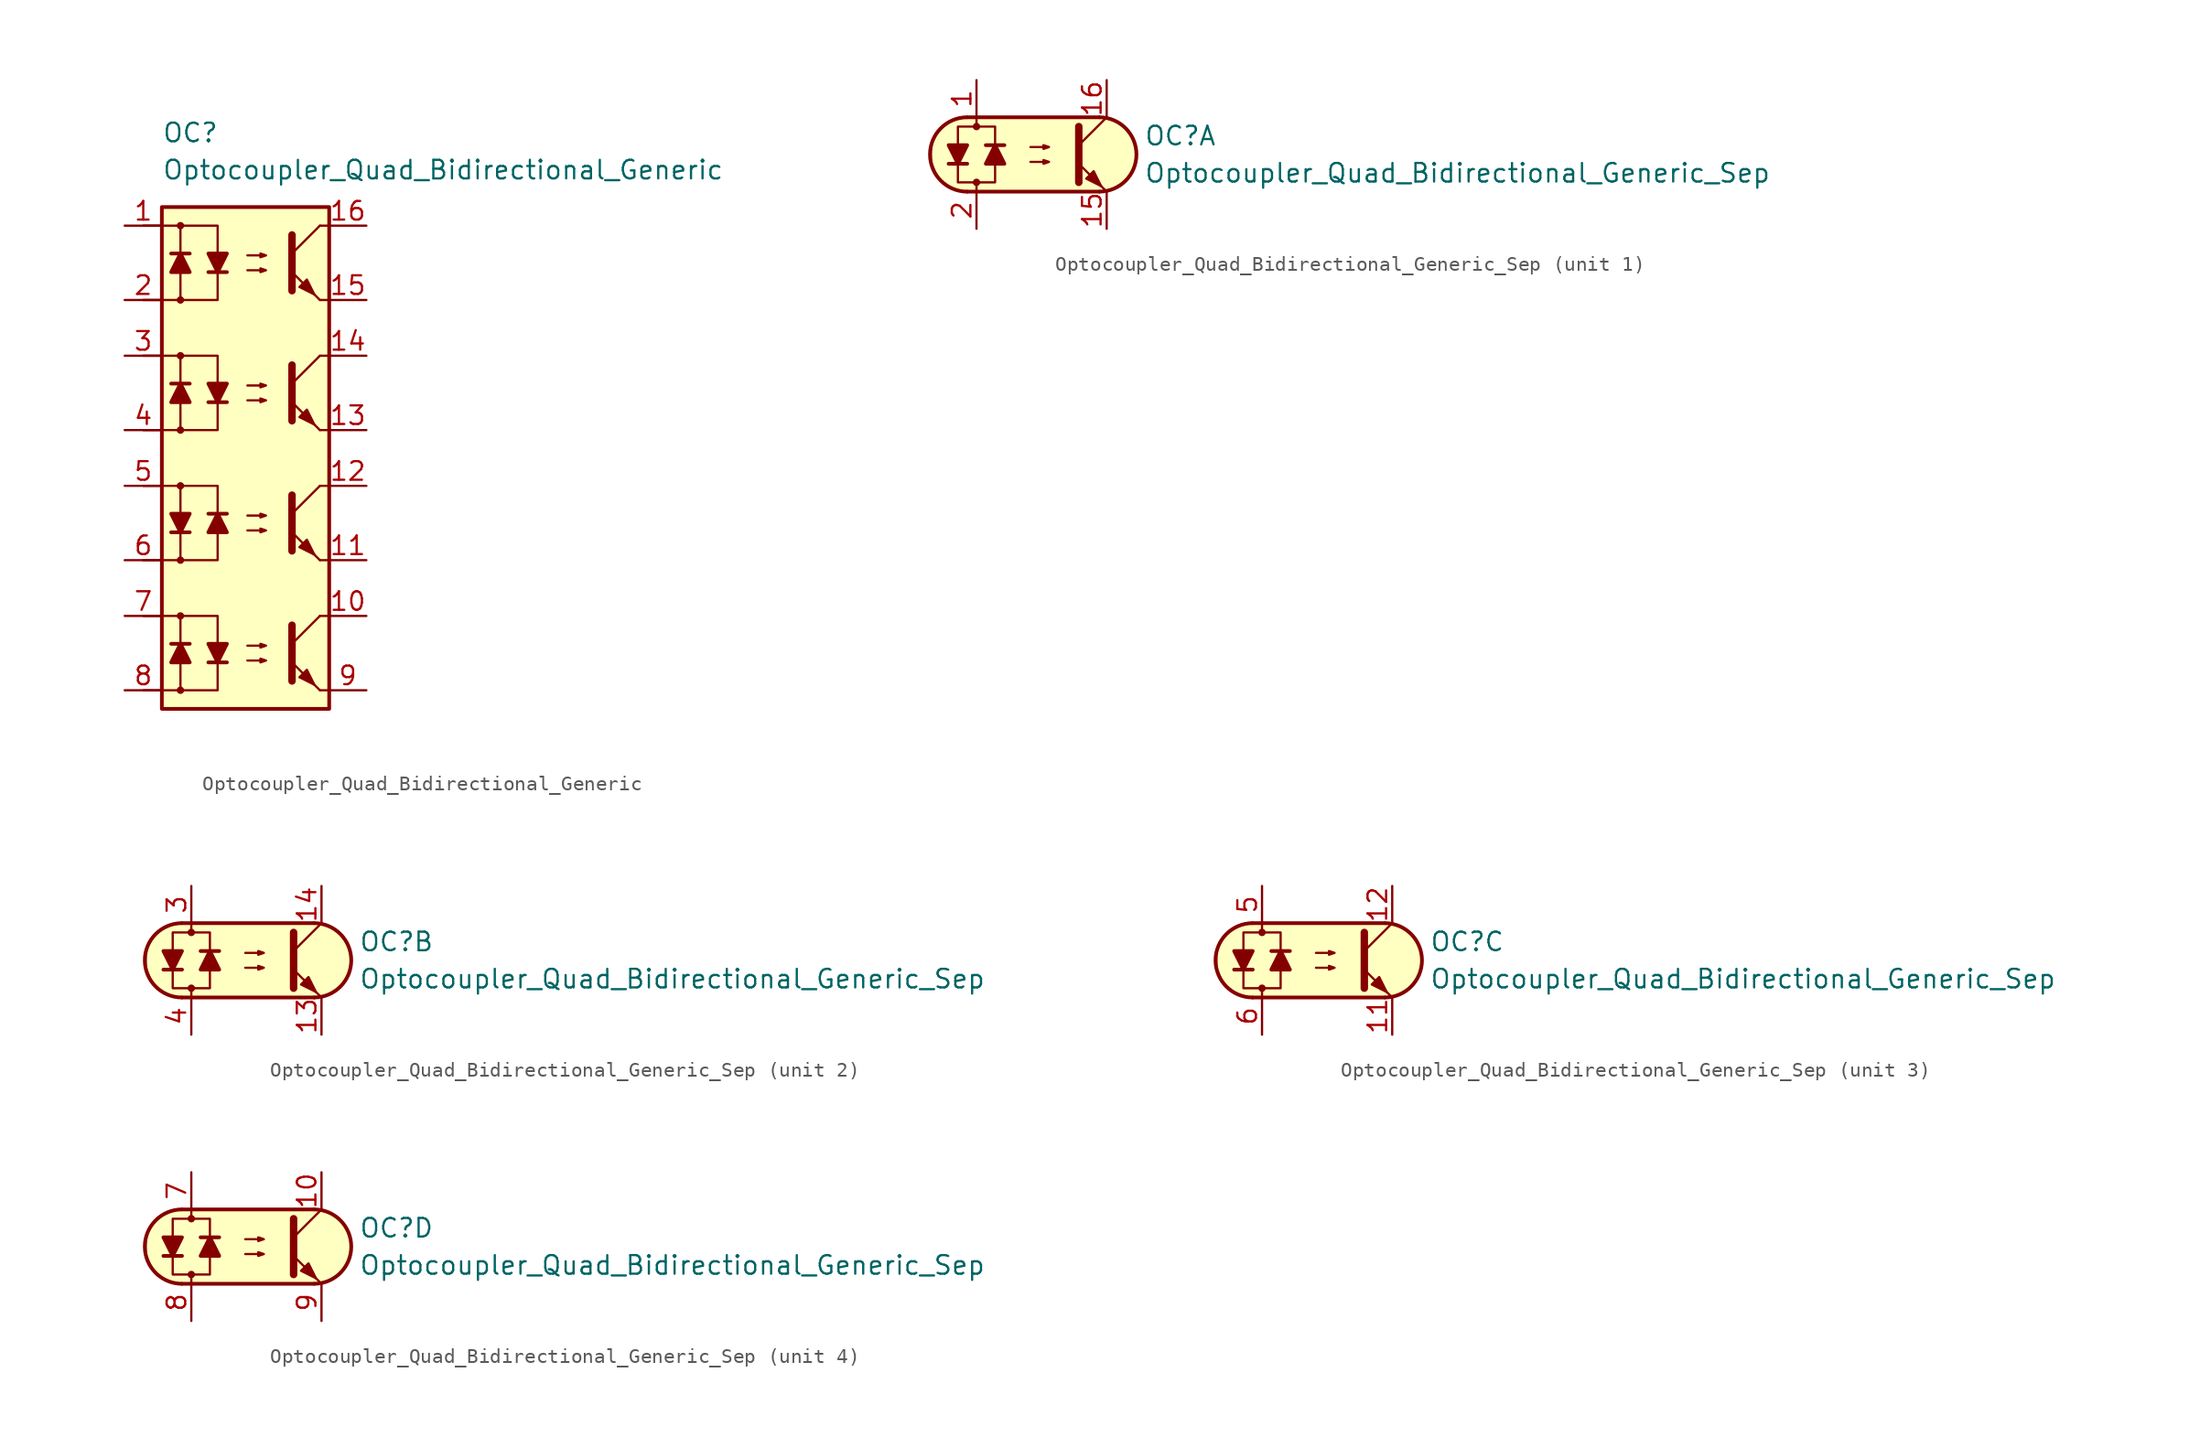
<source format=kicad_sym>
(kicad_symbol_lib
  (version 20211014)
  (generator kicad_symbol_editor)
  (symbol "Optocoupler_AKL:Optocoupler_Quad_Bidirectional_Generic"
    (pin_names
      (offset 1.016))
    (property "Reference" "OC"
      (at -6.35 17.78 0)
      (effects (font (size 1.27 1.27)) (justify left)))
    (property "Value" "Optocoupler_Quad_Bidirectional_Generic"
      (at -6.35 15.24 0)
      (effects (font (size 1.27 1.27)) (justify left)))
    (symbol "Optocoupler_Quad_Bidirectional_Generic_0_1"
      (rectangle (start -6.35 12.7) (end 5.08 -21.59) (stroke (width 0.254) (type default) (color 0 0 0 0)) (fill (type background)))
      (polyline (pts (xy -3.175 8.255) (xy -1.905 8.255)) (stroke (width 0.254) (type default) (color 0 0 0 0)) (fill (type none)))
      (polyline (pts (xy 2.54 9.525) (xy 4.445 11.43)) (stroke (width 0) (type default) (color 0 0 0 0)) (fill (type none)))
      (polyline (pts (xy 4.445 6.35) (xy 2.54 8.255)) (stroke (width 0) (type default) (color 0 0 0 0)) (fill (type outline)))
      (polyline (pts (xy 4.445 6.35) (xy 5.08 6.35)) (stroke (width 0) (type default) (color 0 0 0 0)) (fill (type none)))
      (polyline (pts (xy 4.445 11.43) (xy 5.08 11.43)) (stroke (width 0) (type default) (color 0 0 0 0)) (fill (type none)))
      (polyline (pts (xy -5.08 11.43) (xy -2.54 11.43) (xy -2.54 8.255)) (stroke (width 0) (type default) (color 0 0 0 0)) (fill (type none)))
      (polyline (pts (xy -2.54 8.255) (xy -2.54 6.35) (xy -5.08 6.35)) (stroke (width 0) (type default) (color 0 0 0 0)) (fill (type none)))
      (polyline (pts (xy 2.54 10.795) (xy 2.54 6.985) (xy 2.54 6.985)) (stroke (width 0.508) (type default) (color 0 0 0 0)) (fill (type none)))
      (polyline (pts (xy -2.54 8.255) (xy -3.175 9.525) (xy -1.905 9.525) (xy -2.54 8.255)) (stroke (width 0.254) (type default) (color 0 0 0 0)) (fill (type outline)))
      (polyline (pts (xy -0.508 8.382) (xy 0.762 8.382) (xy 0.381 8.255) (xy 0.381 8.509) (xy 0.762 8.382)) (stroke (width 0) (type default) (color 0 0 0 0)) (fill (type none)))
      (polyline (pts (xy -0.508 9.398) (xy 0.762 9.398) (xy 0.381 9.271) (xy 0.381 9.525) (xy 0.762 9.398)) (stroke (width 0) (type default) (color 0 0 0 0)) (fill (type none)))
      (polyline (pts (xy 3.048 7.239) (xy 3.556 7.747) (xy 4.064 6.731) (xy 3.048 7.239) (xy 3.048 7.239)) (stroke (width 0) (type default) (color 0 0 0 0)) (fill (type outline))))
    (symbol "Optocoupler_Quad_Bidirectional_Generic_1_1"
      (circle (center -5.08 -20.32) (radius 0.178) (stroke (width 0)) (stroke (width 0) (type default) (color 0 0 0 0)) (fill (type outline)))
      (circle (center -5.08 -15.24) (radius 0.178) (stroke (width 0)) (stroke (width 0) (type default) (color 0 0 0 0)) (fill (type outline)))
      (circle (center -5.08 -11.43) (radius 0.178) (stroke (width 0)) (stroke (width 0) (type default) (color 0 0 0 0)) (fill (type outline)))
      (circle (center -5.08 -6.35) (radius 0.178) (stroke (width 0)) (stroke (width 0) (type default) (color 0 0 0 0)) (fill (type outline)))
      (circle (center -5.08 -2.54) (radius 0.178) (stroke (width 0)) (stroke (width 0) (type default) (color 0 0 0 0)) (fill (type outline)))
      (circle (center -5.08 2.54) (radius 0.178) (stroke (width 0)) (stroke (width 0) (type default) (color 0 0 0 0)) (fill (type outline)))
      (circle (center -5.08 6.35) (radius 0.178) (stroke (width 0)) (stroke (width 0) (type default) (color 0 0 0 0)) (fill (type outline)))
      (circle (center -5.08 11.43) (radius 0.178) (stroke (width 0)) (stroke (width 0) (type default) (color 0 0 0 0)) (fill (type outline)))
      (polyline (pts (xy -5.715 -9.525) (xy -4.445 -9.525)) (stroke (width 0.254) (type default) (color 0 0 0 0)) (fill (type none)))
      (polyline (pts (xy -4.445 -17.145) (xy -5.715 -17.145)) (stroke (width 0.254) (type default) (color 0 0 0 0)) (fill (type none)))
      (polyline (pts (xy -4.445 0.635) (xy -5.715 0.635)) (stroke (width 0.254) (type default) (color 0 0 0 0)) (fill (type none)))
      (polyline (pts (xy -4.445 9.525) (xy -5.715 9.525)) (stroke (width 0.254) (type default) (color 0 0 0 0)) (fill (type none)))
      (polyline (pts (xy -3.175 -18.415) (xy -1.905 -18.415)) (stroke (width 0.254) (type default) (color 0 0 0 0)) (fill (type none)))
      (polyline (pts (xy -3.175 -0.635) (xy -1.905 -0.635)) (stroke (width 0.254) (type default) (color 0 0 0 0)) (fill (type none)))
      (polyline (pts (xy -1.905 -8.255) (xy -3.175 -8.255)) (stroke (width 0.254) (type default) (color 0 0 0 0)) (fill (type none)))
      (polyline (pts (xy 2.54 -17.145) (xy 4.445 -15.24)) (stroke (width 0) (type default) (color 0 0 0 0)) (fill (type none)))
      (polyline (pts (xy 2.54 -8.255) (xy 4.445 -6.35)) (stroke (width 0) (type default) (color 0 0 0 0)) (fill (type none)))
      (polyline (pts (xy 2.54 0.635) (xy 4.445 2.54)) (stroke (width 0) (type default) (color 0 0 0 0)) (fill (type none)))
      (polyline (pts (xy 4.445 -20.32) (xy 2.54 -18.415)) (stroke (width 0) (type default) (color 0 0 0 0)) (fill (type outline)))
      (polyline (pts (xy 4.445 -20.32) (xy 5.08 -20.32)) (stroke (width 0) (type default) (color 0 0 0 0)) (fill (type none)))
      (polyline (pts (xy 4.445 -15.24) (xy 5.08 -15.24)) (stroke (width 0) (type default) (color 0 0 0 0)) (fill (type none)))
      (polyline (pts (xy 4.445 -11.43) (xy 2.54 -9.525)) (stroke (width 0) (type default) (color 0 0 0 0)) (fill (type outline)))
      (polyline (pts (xy 4.445 -11.43) (xy 5.08 -11.43)) (stroke (width 0) (type default) (color 0 0 0 0)) (fill (type none)))
      (polyline (pts (xy 4.445 -6.35) (xy 5.08 -6.35)) (stroke (width 0) (type default) (color 0 0 0 0)) (fill (type none)))
      (polyline (pts (xy 4.445 -2.54) (xy 2.54 -0.635)) (stroke (width 0) (type default) (color 0 0 0 0)) (fill (type outline)))
      (polyline (pts (xy 4.445 -2.54) (xy 5.08 -2.54)) (stroke (width 0) (type default) (color 0 0 0 0)) (fill (type none)))
      (polyline (pts (xy 4.445 2.54) (xy 5.08 2.54)) (stroke (width 0) (type default) (color 0 0 0 0)) (fill (type none)))
      (polyline (pts (xy -7.62 -20.32) (xy -5.08 -20.32) (xy -5.08 -17.145)) (stroke (width 0) (type default) (color 0 0 0 0)) (fill (type none)))
      (polyline (pts (xy -7.62 -6.35) (xy -5.08 -6.35) (xy -5.08 -9.525)) (stroke (width 0) (type default) (color 0 0 0 0)) (fill (type none)))
      (polyline (pts (xy -7.62 -2.54) (xy -5.08 -2.54) (xy -5.08 0.635)) (stroke (width 0) (type default) (color 0 0 0 0)) (fill (type none)))
      (polyline (pts (xy -7.62 6.35) (xy -5.08 6.35) (xy -5.08 9.525)) (stroke (width 0) (type default) (color 0 0 0 0)) (fill (type none)))
      (polyline (pts (xy -5.08 -17.145) (xy -5.08 -15.24) (xy -7.62 -15.24)) (stroke (width 0) (type default) (color 0 0 0 0)) (fill (type none)))
      (polyline (pts (xy -5.08 -15.24) (xy -2.54 -15.24) (xy -2.54 -18.415)) (stroke (width 0) (type default) (color 0 0 0 0)) (fill (type none)))
      (polyline (pts (xy -5.08 -11.43) (xy -2.54 -11.43) (xy -2.54 -8.255)) (stroke (width 0) (type default) (color 0 0 0 0)) (fill (type none)))
      (polyline (pts (xy -5.08 -9.525) (xy -5.08 -11.43) (xy -7.62 -11.43)) (stroke (width 0) (type default) (color 0 0 0 0)) (fill (type none)))
      (polyline (pts (xy -5.08 0.635) (xy -5.08 2.54) (xy -7.62 2.54)) (stroke (width 0) (type default) (color 0 0 0 0)) (fill (type none)))
      (polyline (pts (xy -5.08 2.54) (xy -2.54 2.54) (xy -2.54 -0.635)) (stroke (width 0) (type default) (color 0 0 0 0)) (fill (type none)))
      (polyline (pts (xy -5.08 9.525) (xy -5.08 11.43) (xy -7.62 11.43)) (stroke (width 0) (type default) (color 0 0 0 0)) (fill (type none)))
      (polyline (pts (xy -2.54 -18.415) (xy -2.54 -20.32) (xy -5.08 -20.32)) (stroke (width 0) (type default) (color 0 0 0 0)) (fill (type none)))
      (polyline (pts (xy -2.54 -8.255) (xy -2.54 -6.35) (xy -5.08 -6.35)) (stroke (width 0) (type default) (color 0 0 0 0)) (fill (type none)))
      (polyline (pts (xy -2.54 -0.635) (xy -2.54 -2.54) (xy -5.08 -2.54)) (stroke (width 0) (type default) (color 0 0 0 0)) (fill (type none)))
      (polyline (pts (xy 2.54 -15.875) (xy 2.54 -19.685) (xy 2.54 -19.685)) (stroke (width 0.508) (type default) (color 0 0 0 0)) (fill (type none)))
      (polyline (pts (xy 2.54 -6.985) (xy 2.54 -10.795) (xy 2.54 -10.795)) (stroke (width 0.508) (type default) (color 0 0 0 0)) (fill (type none)))
      (polyline (pts (xy 2.54 1.905) (xy 2.54 -1.905) (xy 2.54 -1.905)) (stroke (width 0.508) (type default) (color 0 0 0 0)) (fill (type none)))
      (polyline (pts (xy -5.08 -17.145) (xy -4.445 -18.415) (xy -5.715 -18.415) (xy -5.08 -17.145)) (stroke (width 0.254) (type default) (color 0 0 0 0)) (fill (type outline)))
      (polyline (pts (xy -5.08 -9.525) (xy -5.715 -8.255) (xy -4.445 -8.255) (xy -5.08 -9.525)) (stroke (width 0.254) (type default) (color 0 0 0 0)) (fill (type outline)))
      (polyline (pts (xy -5.08 0.635) (xy -4.445 -0.635) (xy -5.715 -0.635) (xy -5.08 0.635)) (stroke (width 0.254) (type default) (color 0 0 0 0)) (fill (type outline)))
      (polyline (pts (xy -5.08 9.525) (xy -4.445 8.255) (xy -5.715 8.255) (xy -5.08 9.525)) (stroke (width 0.254) (type default) (color 0 0 0 0)) (fill (type outline)))
      (polyline (pts (xy -2.54 -18.415) (xy -3.175 -17.145) (xy -1.905 -17.145) (xy -2.54 -18.415)) (stroke (width 0.254) (type default) (color 0 0 0 0)) (fill (type outline)))
      (polyline (pts (xy -2.54 -8.255) (xy -1.905 -9.525) (xy -3.175 -9.525) (xy -2.54 -8.255)) (stroke (width 0.254) (type default) (color 0 0 0 0)) (fill (type outline)))
      (polyline (pts (xy -2.54 -0.635) (xy -3.175 0.635) (xy -1.905 0.635) (xy -2.54 -0.635)) (stroke (width 0.254) (type default) (color 0 0 0 0)) (fill (type outline)))
      (polyline (pts (xy -0.508 -18.288) (xy 0.762 -18.288) (xy 0.381 -18.415) (xy 0.381 -18.161) (xy 0.762 -18.288)) (stroke (width 0) (type default) (color 0 0 0 0)) (fill (type none)))
      (polyline (pts (xy -0.508 -17.272) (xy 0.762 -17.272) (xy 0.381 -17.399) (xy 0.381 -17.145) (xy 0.762 -17.272)) (stroke (width 0) (type default) (color 0 0 0 0)) (fill (type none)))
      (polyline (pts (xy -0.508 -9.398) (xy 0.762 -9.398) (xy 0.381 -9.525) (xy 0.381 -9.271) (xy 0.762 -9.398)) (stroke (width 0) (type default) (color 0 0 0 0)) (fill (type none)))
      (polyline (pts (xy -0.508 -8.382) (xy 0.762 -8.382) (xy 0.381 -8.509) (xy 0.381 -8.255) (xy 0.762 -8.382)) (stroke (width 0) (type default) (color 0 0 0 0)) (fill (type none)))
      (polyline (pts (xy -0.508 -0.508) (xy 0.762 -0.508) (xy 0.381 -0.635) (xy 0.381 -0.381) (xy 0.762 -0.508)) (stroke (width 0) (type default) (color 0 0 0 0)) (fill (type none)))
      (polyline (pts (xy -0.508 0.508) (xy 0.762 0.508) (xy 0.381 0.381) (xy 0.381 0.635) (xy 0.762 0.508)) (stroke (width 0) (type default) (color 0 0 0 0)) (fill (type none)))
      (polyline (pts (xy 3.048 -19.431) (xy 3.556 -18.923) (xy 4.064 -19.939) (xy 3.048 -19.431) (xy 3.048 -19.431)) (stroke (width 0) (type default) (color 0 0 0 0)) (fill (type outline)))
      (polyline (pts (xy 3.048 -10.541) (xy 3.556 -10.033) (xy 4.064 -11.049) (xy 3.048 -10.541) (xy 3.048 -10.541)) (stroke (width 0) (type default) (color 0 0 0 0)) (fill (type outline)))
      (polyline (pts (xy 3.048 -1.651) (xy 3.556 -1.143) (xy 4.064 -2.159) (xy 3.048 -1.651) (xy 3.048 -1.651)) (stroke (width 0) (type default) (color 0 0 0 0)) (fill (type outline)))
      (pin passive line (at -8.89 11.43 0) (length 2.54) (name "~" (effects (font (size 1.27 1.27)))) (number "1" (effects (font (size 1.27 1.27)))))
      (pin passive line (at 7.62 -15.24 180) (length 2.54) (name "~" (effects (font (size 1.27 1.27)))) (number "10" (effects (font (size 1.27 1.27)))))
      (pin passive line (at 7.62 -11.43 180) (length 2.54) (name "~" (effects (font (size 1.27 1.27)))) (number "11" (effects (font (size 1.27 1.27)))))
      (pin passive line (at 7.62 -6.35 180) (length 2.54) (name "~" (effects (font (size 1.27 1.27)))) (number "12" (effects (font (size 1.27 1.27)))))
      (pin passive line (at 7.62 -2.54 180) (length 2.54) (name "~" (effects (font (size 1.27 1.27)))) (number "13" (effects (font (size 1.27 1.27)))))
      (pin passive line (at 7.62 2.54 180) (length 2.54) (name "~" (effects (font (size 1.27 1.27)))) (number "14" (effects (font (size 1.27 1.27)))))
      (pin passive line (at 7.62 6.35 180) (length 2.54) (name "~" (effects (font (size 1.27 1.27)))) (number "15" (effects (font (size 1.27 1.27)))))
      (pin passive line (at 7.62 11.43 180) (length 2.54) (name "~" (effects (font (size 1.27 1.27)))) (number "16" (effects (font (size 1.27 1.27)))))
      (pin passive line (at -8.89 6.35 0) (length 2.54) (name "~" (effects (font (size 1.27 1.27)))) (number "2" (effects (font (size 1.27 1.27)))))
      (pin passive line (at -8.89 2.54 0) (length 2.54) (name "~" (effects (font (size 1.27 1.27)))) (number "3" (effects (font (size 1.27 1.27)))))
      (pin passive line (at -8.89 -2.54 0) (length 2.54) (name "~" (effects (font (size 1.27 1.27)))) (number "4" (effects (font (size 1.27 1.27)))))
      (pin passive line (at -8.89 -6.35 0) (length 2.54) (name "~" (effects (font (size 1.27 1.27)))) (number "5" (effects (font (size 1.27 1.27)))))
      (pin passive line (at -8.89 -11.43 0) (length 2.54) (name "~" (effects (font (size 1.27 1.27)))) (number "6" (effects (font (size 1.27 1.27)))))
      (pin passive line (at -8.89 -15.24 0) (length 2.54) (name "~" (effects (font (size 1.27 1.27)))) (number "7" (effects (font (size 1.27 1.27)))))
      (pin passive line (at -8.89 -20.32 0) (length 2.54) (name "~" (effects (font (size 1.27 1.27)))) (number "8" (effects (font (size 1.27 1.27)))))
      (pin passive line (at 7.62 -20.32 180) (length 2.54) (name "~" (effects (font (size 1.27 1.27)))) (number "9" (effects (font (size 1.27 1.27)))))))
  (symbol "Optocoupler_AKL:Optocoupler_Quad_Bidirectional_Generic_Sep"
    (pin_names
      (offset 1.016))
    (property "Reference" "OC"
      (at 7.62 1.27 0)
      (effects (font (size 1.27 1.27)) (justify left)))
    (property "Value" "Optocoupler_Quad_Bidirectional_Generic_Sep"
      (at 7.62 -1.27 0)
      (effects (font (size 1.27 1.27)) (justify left)))
    (property "ki_locked" ""
      (at 0 0 0)
      (effects (font (size 1.27 1.27))))
    (symbol "Optocoupler_Quad_Bidirectional_Generic_Sep_0_1"
      (arc (start -4.4675 2.54) (mid -6.9851 0) (end -4.4675 -2.54) (stroke (width 0.254) (type default) (color 0 0 0 0)) (fill (type none)))
      (circle (center -3.81 -1.905) (radius 0.178) (stroke (width 0)) (stroke (width 0) (type default) (color 0 0 0 0)) (fill (type outline)))
      (circle (center -3.81 1.905) (radius 0.178) (stroke (width 0)) (stroke (width 0) (type default) (color 0 0 0 0)) (fill (type outline)))
      (polyline (pts (xy -5.715 -0.635) (xy -4.445 -0.635)) (stroke (width 0.254) (type default) (color 0 0 0 0)) (fill (type none)))
      (polyline (pts (xy -4.445 2.54) (xy 4.572 2.54)) (stroke (width 0.254) (type default) (color 0 0 0 0)) (fill (type none)))
      (polyline (pts (xy -3.81 1.905) (xy -3.81 2.54)) (stroke (width 0.152) (type default) (color 0 0 0 0)) (fill (type none)))
      (polyline (pts (xy -1.905 0.635) (xy -3.175 0.635)) (stroke (width 0.254) (type default) (color 0 0 0 0)) (fill (type none)))
      (polyline (pts (xy 3.175 0.635) (xy 5.08 2.54)) (stroke (width 0) (type default) (color 0 0 0 0)) (fill (type none)))
      (polyline (pts (xy 4.572 -2.54) (xy -4.445 -2.54)) (stroke (width 0.254) (type default) (color 0 0 0 0)) (fill (type none)))
      (polyline (pts (xy 5.08 -2.54) (xy 3.175 -0.635)) (stroke (width 0) (type default) (color 0 0 0 0)) (fill (type outline)))
      (polyline (pts (xy 3.175 1.905) (xy 3.175 -1.905) (xy 3.175 -1.905)) (stroke (width 0.508) (type default) (color 0 0 0 0)) (fill (type none)))
      (polyline (pts (xy -5.08 -0.635) (xy -5.715 0.635) (xy -4.445 0.635) (xy -5.08 -0.635)) (stroke (width 0.254) (type default) (color 0 0 0 0)) (fill (type outline)))
      (polyline (pts (xy -2.54 0.635) (xy -1.905 -0.635) (xy -3.175 -0.635) (xy -2.54 0.635)) (stroke (width 0.254) (type default) (color 0 0 0 0)) (fill (type outline)))
      (polyline (pts (xy -0.127 -0.508) (xy 1.143 -0.508) (xy 0.762 -0.635) (xy 0.762 -0.381) (xy 1.143 -0.508)) (stroke (width 0) (type default) (color 0 0 0 0)) (fill (type none)))
      (polyline (pts (xy -0.127 0.508) (xy 1.143 0.508) (xy 0.762 0.381) (xy 0.762 0.635) (xy 1.143 0.508)) (stroke (width 0) (type default) (color 0 0 0 0)) (fill (type none)))
      (polyline (pts (xy 3.683 -1.651) (xy 4.191 -1.143) (xy 4.699 -2.159) (xy 3.683 -1.651) (xy 3.683 -1.651)) (stroke (width 0) (type default) (color 0 0 0 0)) (fill (type outline)))
      (polyline (pts (xy -3.81 -2.54) (xy -3.81 -1.905) (xy -5.08 -1.905) (xy -5.08 1.905) (xy -2.54 1.905) (xy -2.54 -1.905) (xy -3.81 -1.905)) (stroke (width 0.152) (type default) (color 0 0 0 0)) (fill (type none)))
      (polyline (pts (xy -3.81 2.54) (xy 4.826 2.54) (xy 5.334 2.413) (xy 5.969 2.159) (xy 6.604 1.524) (xy 6.985 0.762) (xy 7.112 0) (xy 6.985 -0.889) (xy 6.477 -1.651) (xy 5.969 -2.159) (xy 5.334 -2.413) (xy 4.699 -2.54) (xy -5.08 -2.54) (xy -5.08 -2.54) (xy -5.842 -2.032) (xy -6.35 -1.778) (xy -6.858 -0.508) (xy -6.858 0.254) (xy -6.858 1.016) (xy -6.35 1.778) (xy -5.588 2.286) (xy -4.826 2.54) (xy -3.81 2.54)) (stroke (width 0.01) (type default) (color 0 0 0 0)) (fill (type background)))
      (arc (start 4.5945 -2.54) (mid 7.1121 0) (end 4.5945 2.54) (stroke (width 0.254) (type default) (color 0 0 0 0)) (fill (type none))))
    (symbol "Optocoupler_Quad_Bidirectional_Generic_Sep_1_1"
      (pin passive line (at -3.81 5.08 270) (length 2.54) (name "~" (effects (font (size 1.27 1.27)))) (number "1" (effects (font (size 1.27 1.27)))))
      (pin passive line (at 5.08 -5.08 90) (length 2.54) (name "~" (effects (font (size 1.27 1.27)))) (number "15" (effects (font (size 1.27 1.27)))))
      (pin passive line (at 5.08 5.08 270) (length 2.54) (name "~" (effects (font (size 1.27 1.27)))) (number "16" (effects (font (size 1.27 1.27)))))
      (pin passive line (at -3.81 -5.08 90) (length 2.54) (name "~" (effects (font (size 1.27 1.27)))) (number "2" (effects (font (size 1.27 1.27))))))
    (symbol "Optocoupler_Quad_Bidirectional_Generic_Sep_2_1"
      (pin passive line (at 5.08 -5.08 90) (length 2.54) (name "~" (effects (font (size 1.27 1.27)))) (number "13" (effects (font (size 1.27 1.27)))))
      (pin passive line (at 5.08 5.08 270) (length 2.54) (name "~" (effects (font (size 1.27 1.27)))) (number "14" (effects (font (size 1.27 1.27)))))
      (pin passive line (at -3.81 5.08 270) (length 2.54) (name "~" (effects (font (size 1.27 1.27)))) (number "3" (effects (font (size 1.27 1.27)))))
      (pin passive line (at -3.81 -5.08 90) (length 2.54) (name "~" (effects (font (size 1.27 1.27)))) (number "4" (effects (font (size 1.27 1.27))))))
    (symbol "Optocoupler_Quad_Bidirectional_Generic_Sep_3_1"
      (pin passive line (at 5.08 -5.08 90) (length 2.54) (name "~" (effects (font (size 1.27 1.27)))) (number "11" (effects (font (size 1.27 1.27)))))
      (pin passive line (at 5.08 5.08 270) (length 2.54) (name "~" (effects (font (size 1.27 1.27)))) (number "12" (effects (font (size 1.27 1.27)))))
      (pin passive line (at -3.81 5.08 270) (length 2.54) (name "~" (effects (font (size 1.27 1.27)))) (number "5" (effects (font (size 1.27 1.27)))))
      (pin passive line (at -3.81 -5.08 90) (length 2.54) (name "~" (effects (font (size 1.27 1.27)))) (number "6" (effects (font (size 1.27 1.27))))))
    (symbol "Optocoupler_Quad_Bidirectional_Generic_Sep_4_1"
      (pin passive line (at 5.08 5.08 270) (length 2.54) (name "~" (effects (font (size 1.27 1.27)))) (number "10" (effects (font (size 1.27 1.27)))))
      (pin passive line (at -3.81 5.08 270) (length 2.54) (name "~" (effects (font (size 1.27 1.27)))) (number "7" (effects (font (size 1.27 1.27)))))
      (pin passive line (at -3.81 -5.08 90) (length 2.54) (name "~" (effects (font (size 1.27 1.27)))) (number "8" (effects (font (size 1.27 1.27)))))
      (pin passive line (at 5.08 -5.08 90) (length 2.54) (name "~" (effects (font (size 1.27 1.27)))) (number "9" (effects (font (size 1.27 1.27))))))))
</source>
